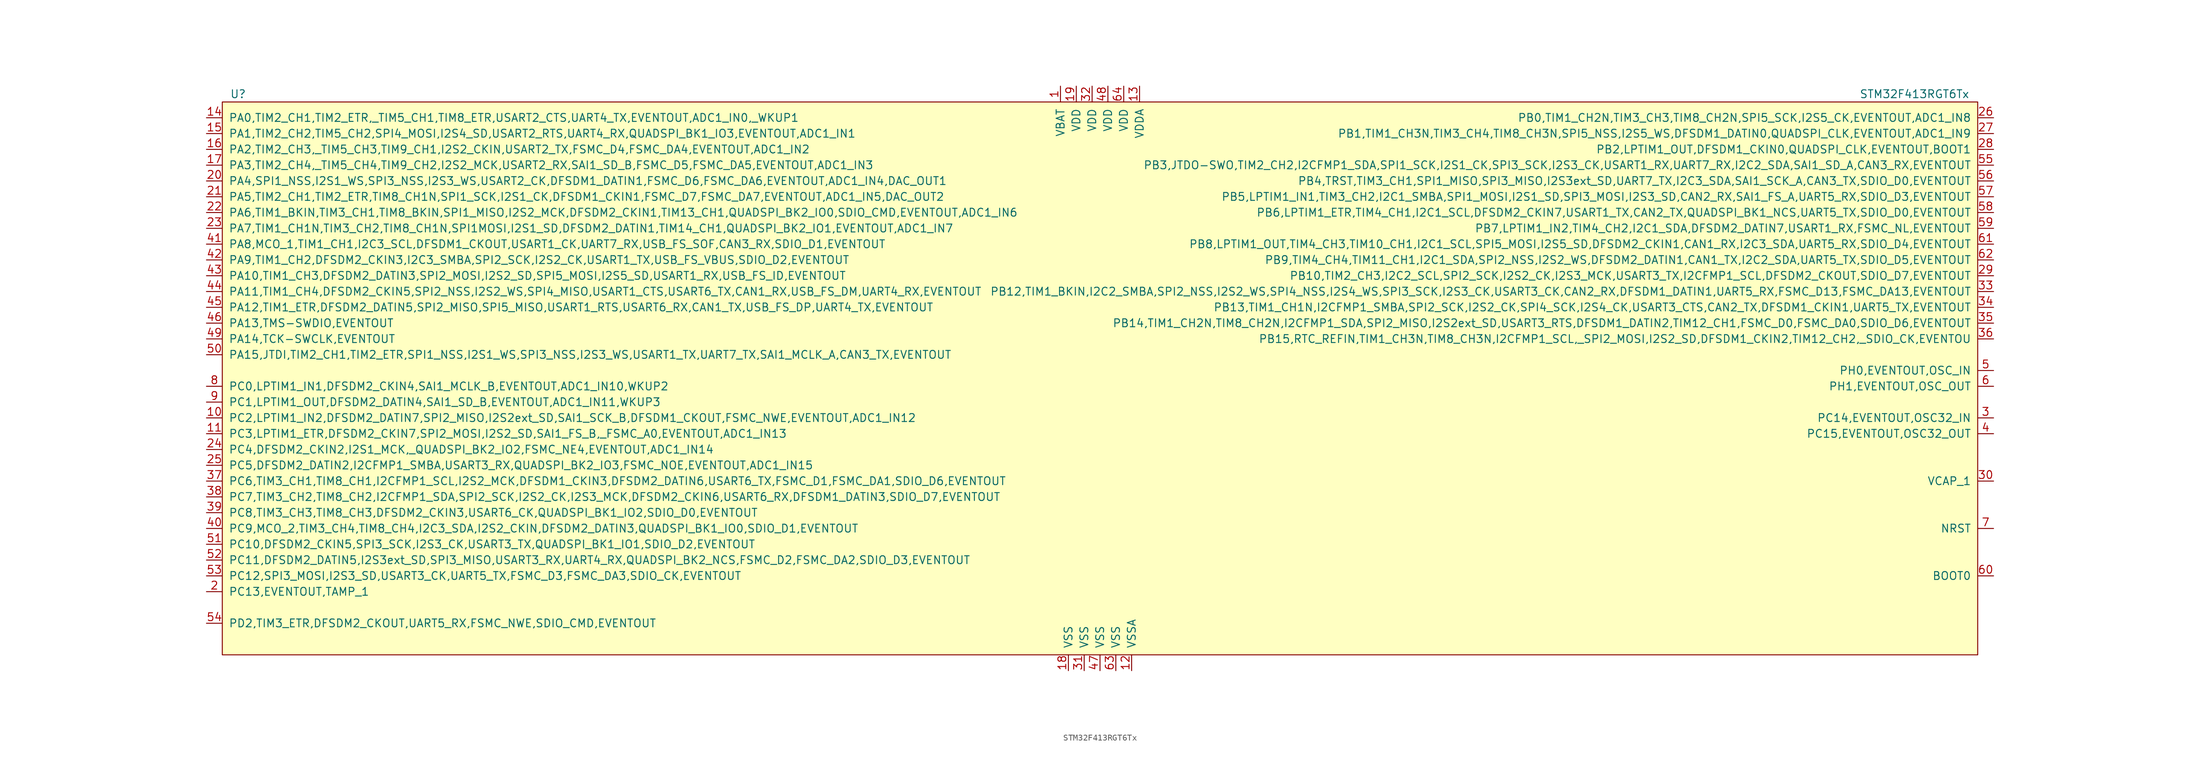
<source format=kicad_sym>
(kicad_symbol_lib
  (version 20211014)
  (generator kicad_symbol_editor)
  (symbol "STM32F413RGT6Tx"
    (pin_names
      (offset 1.016))
    (property "Reference" "U"
      (at -138.43 45.72 0)
      (effects (font (size 1.27 1.27))))
    (property "Value" "STM32F413RGT6Tx"
      (at 130.81 45.72 0)
      (effects (font (size 1.27 1.27))))
    (symbol "STM32F413RGT6Tx_0_1"
      (rectangle (start -140.97 44.45) (end 140.97 -44.45) (stroke (width 0) (type default) (color 0 0 0 0)) (fill (type background))))
    (symbol "STM32F413RGT6Tx_1_1"
      (pin power_in line (at -6.35 46.99 270) (length 2.54) (name "VBAT" (effects (font (size 1.27 1.27)))) (number "1" (effects (font (size 1.27 1.27)))))
      (pin bidirectional line (at -143.51 -6.35 0) (length 2.54) (name "PC2,LPTIM1_IN2,DFSDM2_DATIN7,SPI2_MISO,I2S2ext_SD,SAI1_SCK_B,DFSDM1_CKOUT,FSMC_NWE,EVENTOUT,ADC1_IN12" (effects (font (size 1.27 1.27)))) (number "10" (effects (font (size 1.27 1.27)))))
      (pin bidirectional line (at -143.51 -8.89 0) (length 2.54) (name "PC3,LPTIM1_ETR,DFSDM2_CKIN7,SPI2_MOSI,I2S2_SD,SAI1_FS_B,_FSMC_A0,EVENTOUT,ADC1_IN13" (effects (font (size 1.27 1.27)))) (number "11" (effects (font (size 1.27 1.27)))))
      (pin power_in line (at 5.08 -46.99 90) (length 2.54) (name "VSSA" (effects (font (size 1.27 1.27)))) (number "12" (effects (font (size 1.27 1.27)))))
      (pin passive line (at 6.35 46.99 270) (length 2.54) (name "VDDA" (effects (font (size 1.27 1.27)))) (number "13" (effects (font (size 1.27 1.27)))))
      (pin bidirectional line (at -143.51 41.91 0) (length 2.54) (name "PA0,TIM2_CH1,TIM2_ETR,_TIM5_CH1,TIM8_ETR,USART2_CTS,UART4_TX,EVENTOUT,ADC1_IN0,_WKUP1" (effects (font (size 1.27 1.27)))) (number "14" (effects (font (size 1.27 1.27)))))
      (pin bidirectional line (at -143.51 39.37 0) (length 2.54) (name "PA1,TIM2_CH2,TIM5_CH2,SPI4_MOSI,I2S4_SD,USART2_RTS,UART4_RX,QUADSPI_BK1_IO3,EVENTOUT,ADC1_IN1" (effects (font (size 1.27 1.27)))) (number "15" (effects (font (size 1.27 1.27)))))
      (pin bidirectional line (at -143.51 36.83 0) (length 2.54) (name "PA2,TIM2_CH3,_TIM5_CH3,TIM9_CH1,I2S2_CKIN,USART2_TX,FSMC_D4,FSMC_DA4,EVENTOUT,ADC1_IN2" (effects (font (size 1.27 1.27)))) (number "16" (effects (font (size 1.27 1.27)))))
      (pin bidirectional line (at -143.51 34.29 0) (length 2.54) (name "PA3,TIM2_CH4,_TIM5_CH4,TIM9_CH2,I2S2_MCK,USART2_RX,SAI1_SD_B,FSMC_D5,FSMC_DA5,EVENTOUT,ADC1_IN3" (effects (font (size 1.27 1.27)))) (number "17" (effects (font (size 1.27 1.27)))))
      (pin power_in line (at -5.08 -46.99 90) (length 2.54) (name "VSS" (effects (font (size 1.27 1.27)))) (number "18" (effects (font (size 1.27 1.27)))))
      (pin power_in line (at -3.81 46.99 270) (length 2.54) (name "VDD" (effects (font (size 1.27 1.27)))) (number "19" (effects (font (size 1.27 1.27)))))
      (pin bidirectional line (at -143.51 -34.29 0) (length 2.54) (name "PC13,EVENTOUT,TAMP_1" (effects (font (size 1.27 1.27)))) (number "2" (effects (font (size 1.27 1.27)))))
      (pin bidirectional line (at -143.51 31.75 0) (length 2.54) (name "PA4,SPI1_NSS,I2S1_WS,SPI3_NSS,I2S3_WS,USART2_CK,DFSDM1_DATIN1,FSMC_D6,FSMC_DA6,EVENTOUT,ADC1_IN4,DAC_OUT1" (effects (font (size 1.27 1.27)))) (number "20" (effects (font (size 1.27 1.27)))))
      (pin bidirectional line (at -143.51 29.21 0) (length 2.54) (name "PA5,TIM2_CH1,TIM2_ETR,TIM8_CH1N,SPI1_SCK,I2S1_CK,DFSDM1_CKIN1,FSMC_D7,FSMC_DA7,EVENTOUT,ADC1_IN5,DAC_OUT2" (effects (font (size 1.27 1.27)))) (number "21" (effects (font (size 1.27 1.27)))))
      (pin bidirectional line (at -143.51 26.67 0) (length 2.54) (name "PA6,TIM1_BKIN,TIM3_CH1,TIM8_BKIN,SPI1_MISO,I2S2_MCK,DFSDM2_CKIN1,TIM13_CH1,QUADSPI_BK2_IO0,SDIO_CMD,EVENTOUT,ADC1_IN6" (effects (font (size 1.27 1.27)))) (number "22" (effects (font (size 1.27 1.27)))))
      (pin bidirectional line (at -143.51 24.13 0) (length 2.54) (name "PA7,TIM1_CH1N,TIM3_CH2,TIM8_CH1N,SPI1MOSI,I2S1_SD,DFSDM2_DATIN1,TIM14_CH1,QUADSPI_BK2_IO1,EVENTOUT,ADC1_IN7" (effects (font (size 1.27 1.27)))) (number "23" (effects (font (size 1.27 1.27)))))
      (pin bidirectional line (at -143.51 -11.43 0) (length 2.54) (name "PC4,DFSDM2_CKIN2,I2S1_MCK,_QUADSPI_BK2_IO2,FSMC_NE4,EVENTOUT,ADC1_IN14" (effects (font (size 1.27 1.27)))) (number "24" (effects (font (size 1.27 1.27)))))
      (pin bidirectional line (at -143.51 -13.97 0) (length 2.54) (name "PC5,DFSDM2_DATIN2,I2CFMP1_SMBA,USART3_RX,QUADSPI_BK2_IO3,FSMC_NOE,EVENTOUT,ADC1_IN15" (effects (font (size 1.27 1.27)))) (number "25" (effects (font (size 1.27 1.27)))))
      (pin bidirectional line (at 143.51 41.91 180) (length 2.54) (name "PB0,TIM1_CH2N,TIM3_CH3,TIM8_CH2N,SPI5_SCK,I2S5_CK,EVENTOUT,ADC1_IN8" (effects (font (size 1.27 1.27)))) (number "26" (effects (font (size 1.27 1.27)))))
      (pin bidirectional line (at 143.51 39.37 180) (length 2.54) (name "PB1,TIM1_CH3N,TIM3_CH4,TIM8_CH3N,SPI5_NSS,I2S5_WS,DFSDM1_DATIN0,QUADSPI_CLK,EVENTOUT,ADC1_IN9" (effects (font (size 1.27 1.27)))) (number "27" (effects (font (size 1.27 1.27)))))
      (pin bidirectional line (at 143.51 36.83 180) (length 2.54) (name "PB2,LPTIM1_OUT,DFSDM1_CKIN0,QUADSPI_CLK,EVENTOUT,BOOT1" (effects (font (size 1.27 1.27)))) (number "28" (effects (font (size 1.27 1.27)))))
      (pin bidirectional line (at 143.51 16.51 180) (length 2.54) (name "PB10,TIM2_CH3,I2C2_SCL,SPI2_SCK,I2S2_CK,I2S3_MCK,USART3_TX,I2CFMP1_SCL,DFSDM2_CKOUT,SDIO_D7,EVENTOUT" (effects (font (size 1.27 1.27)))) (number "29" (effects (font (size 1.27 1.27)))))
      (pin bidirectional line (at 143.51 -6.35 180) (length 2.54) (name "PC14,EVENTOUT,OSC32_IN" (effects (font (size 1.27 1.27)))) (number "3" (effects (font (size 1.27 1.27)))))
      (pin passive line (at 143.51 -16.51 180) (length 2.54) (name "VCAP_1" (effects (font (size 1.27 1.27)))) (number "30" (effects (font (size 1.27 1.27)))))
      (pin power_in line (at -2.54 -46.99 90) (length 2.54) (name "VSS" (effects (font (size 1.27 1.27)))) (number "31" (effects (font (size 1.27 1.27)))))
      (pin power_in line (at -1.27 46.99 270) (length 2.54) (name "VDD" (effects (font (size 1.27 1.27)))) (number "32" (effects (font (size 1.27 1.27)))))
      (pin bidirectional line (at 143.51 13.97 180) (length 2.54) (name "PB12,TIM1_BKIN,I2C2_SMBA,SPI2_NSS,I2S2_WS,SPI4_NSS,I2S4_WS,SPI3_SCK,I2S3_CK,USART3_CK,CAN2_RX,DFSDM1_DATIN1,UART5_RX,FSMC_D13,FSMC_DA13,EVENTOUT" (effects (font (size 1.27 1.27)))) (number "33" (effects (font (size 1.27 1.27)))))
      (pin bidirectional line (at 143.51 11.43 180) (length 2.54) (name "PB13,TIM1_CH1N,I2CFMP1_SMBA,SPI2_SCK,I2S2_CK,SPI4_SCK,I2S4_CK,USART3_CTS,CAN2_TX,DFSDM1_CKIN1,UART5_TX,EVENTOUT" (effects (font (size 1.27 1.27)))) (number "34" (effects (font (size 1.27 1.27)))))
      (pin bidirectional line (at 143.51 8.89 180) (length 2.54) (name "PB14,TIM1_CH2N,TIM8_CH2N,I2CFMP1_SDA,SPI2_MISO,I2S2ext_SD,USART3_RTS,DFSDM1_DATIN2,TIM12_CH1,FSMC_D0,FSMC_DA0,SDIO_D6,EVENTOUT" (effects (font (size 1.27 1.27)))) (number "35" (effects (font (size 1.27 1.27)))))
      (pin bidirectional line (at 143.51 6.35 180) (length 2.54) (name "PB15,RTC_REFIN,TIM1_CH3N,TIM8_CH3N,I2CFMP1_SCL,_SPI2_MOSI,I2S2_SD,DFSDM1_CKIN2,TIM12_CH2,_SDIO_CK,EVENTOU" (effects (font (size 1.27 1.27)))) (number "36" (effects (font (size 1.27 1.27)))))
      (pin bidirectional line (at -143.51 -16.51 0) (length 2.54) (name "PC6,TIM3_CH1,TIM8_CH1,I2CFMP1_SCL,I2S2_MCK,DFSDM1_CKIN3,DFSDM2_DATIN6,USART6_TX,FSMC_D1,FSMC_DA1,SDIO_D6,EVENTOUT" (effects (font (size 1.27 1.27)))) (number "37" (effects (font (size 1.27 1.27)))))
      (pin bidirectional line (at -143.51 -19.05 0) (length 2.54) (name "PC7,TIM3_CH2,TIM8_CH2,I2CFMP1_SDA,SPI2_SCK,I2S2_CK,I2S3_MCK,DFSDM2_CKIN6,USART6_RX,DFSDM1_DATIN3,SDIO_D7,EVENTOUT" (effects (font (size 1.27 1.27)))) (number "38" (effects (font (size 1.27 1.27)))))
      (pin bidirectional line (at -143.51 -21.59 0) (length 2.54) (name "PC8,TIM3_CH3,TIM8_CH3,DFSDM2_CKIN3,USART6_CK,QUADSPI_BK1_IO2,SDIO_D0,EVENTOUT" (effects (font (size 1.27 1.27)))) (number "39" (effects (font (size 1.27 1.27)))))
      (pin bidirectional line (at 143.51 -8.89 180) (length 2.54) (name "PC15,EVENTOUT,OSC32_OUT" (effects (font (size 1.27 1.27)))) (number "4" (effects (font (size 1.27 1.27)))))
      (pin bidirectional line (at -143.51 -24.13 0) (length 2.54) (name "PC9,MCO_2,TIM3_CH4,TIM8_CH4,I2C3_SDA,I2S2_CKIN,DFSDM2_DATIN3,QUADSPI_BK1_IO0,SDIO_D1,EVENTOUT" (effects (font (size 1.27 1.27)))) (number "40" (effects (font (size 1.27 1.27)))))
      (pin bidirectional line (at -143.51 21.59 0) (length 2.54) (name "PA8,MCO_1,TIM1_CH1,I2C3_SCL,DFSDM1_CKOUT,USART1_CK,UART7_RX,USB_FS_SOF,CAN3_RX,SDIO_D1,EVENTOUT" (effects (font (size 1.27 1.27)))) (number "41" (effects (font (size 1.27 1.27)))))
      (pin bidirectional line (at -143.51 19.05 0) (length 2.54) (name "PA9,TIM1_CH2,DFSDM2_CKIN3,I2C3_SMBA,SPI2_SCK,I2S2_CK,USART1_TX,USB_FS_VBUS,SDIO_D2,EVENTOUT" (effects (font (size 1.27 1.27)))) (number "42" (effects (font (size 1.27 1.27)))))
      (pin bidirectional line (at -143.51 16.51 0) (length 2.54) (name "PA10,TIM1_CH3,DFSDM2_DATIN3,SPI2_MOSI,I2S2_SD,SPI5_MOSI,I2S5_SD,USART1_RX,USB_FS_ID,EVENTOUT" (effects (font (size 1.27 1.27)))) (number "43" (effects (font (size 1.27 1.27)))))
      (pin bidirectional line (at -143.51 13.97 0) (length 2.54) (name "PA11,TIM1_CH4,DFSDM2_CKIN5,SPI2_NSS,I2S2_WS,SPI4_MISO,USART1_CTS,USART6_TX,CAN1_RX,USB_FS_DM,UART4_RX,EVENTOUT" (effects (font (size 1.27 1.27)))) (number "44" (effects (font (size 1.27 1.27)))))
      (pin bidirectional line (at -143.51 11.43 0) (length 2.54) (name "PA12,TIM1_ETR,DFSDM2_DATIN5,SPI2_MISO,SPI5_MISO,USART1_RTS,USART6_RX,CAN1_TX,USB_FS_DP,UART4_TX,EVENTOUT" (effects (font (size 1.27 1.27)))) (number "45" (effects (font (size 1.27 1.27)))))
      (pin bidirectional line (at -143.51 8.89 0) (length 2.54) (name "PA13,TMS-SWDIO,EVENTOUT" (effects (font (size 1.27 1.27)))) (number "46" (effects (font (size 1.27 1.27)))))
      (pin power_in line (at 0 -46.99 90) (length 2.54) (name "VSS" (effects (font (size 1.27 1.27)))) (number "47" (effects (font (size 1.27 1.27)))))
      (pin power_in line (at 1.27 46.99 270) (length 2.54) (name "VDD" (effects (font (size 1.27 1.27)))) (number "48" (effects (font (size 1.27 1.27)))))
      (pin bidirectional line (at -143.51 6.35 0) (length 2.54) (name "PA14,TCK-SWCLK,EVENTOUT" (effects (font (size 1.27 1.27)))) (number "49" (effects (font (size 1.27 1.27)))))
      (pin input line (at 143.51 1.27 180) (length 2.54) (name "PH0,EVENTOUT,OSC_IN" (effects (font (size 1.27 1.27)))) (number "5" (effects (font (size 1.27 1.27)))))
      (pin bidirectional line (at -143.51 3.81 0) (length 2.54) (name "PA15,JTDI,TIM2_CH1,TIM2_ETR,SPI1_NSS,I2S1_WS,SPI3_NSS,I2S3_WS,USART1_TX,UART7_TX,SAI1_MCLK_A,CAN3_TX,EVENTOUT" (effects (font (size 1.27 1.27)))) (number "50" (effects (font (size 1.27 1.27)))))
      (pin bidirectional line (at -143.51 -26.67 0) (length 2.54) (name "PC10,DFSDM2_CKIN5,SPI3_SCK,I2S3_CK,USART3_TX,QUADSPI_BK1_IO1,SDIO_D2,EVENTOUT" (effects (font (size 1.27 1.27)))) (number "51" (effects (font (size 1.27 1.27)))))
      (pin bidirectional line (at -143.51 -29.21 0) (length 2.54) (name "PC11,DFSDM2_DATIN5,I2S3ext_SD,SPI3_MISO,USART3_RX,UART4_RX,QUADSPI_BK2_NCS,FSMC_D2,FSMC_DA2,SDIO_D3,EVENTOUT" (effects (font (size 1.27 1.27)))) (number "52" (effects (font (size 1.27 1.27)))))
      (pin bidirectional line (at -143.51 -31.75 0) (length 2.54) (name "PC12,SPI3_MOSI,I2S3_SD,USART3_CK,UART5_TX,FSMC_D3,FSMC_DA3,SDIO_CK,EVENTOUT" (effects (font (size 1.27 1.27)))) (number "53" (effects (font (size 1.27 1.27)))))
      (pin bidirectional line (at -143.51 -39.37 0) (length 2.54) (name "PD2,TIM3_ETR,DFSDM2_CKOUT,UART5_RX,FSMC_NWE,SDIO_CMD,EVENTOUT" (effects (font (size 1.27 1.27)))) (number "54" (effects (font (size 1.27 1.27)))))
      (pin bidirectional line (at 143.51 34.29 180) (length 2.54) (name "PB3,JTDO-SWO,TIM2_CH2,I2CFMP1_SDA,SPI1_SCK,I2S1_CK,SPI3_SCK,I2S3_CK,USART1_RX,UART7_RX,I2C2_SDA,SAI1_SD_A,CAN3_RX,EVENTOUT" (effects (font (size 1.27 1.27)))) (number "55" (effects (font (size 1.27 1.27)))))
      (pin bidirectional line (at 143.51 31.75 180) (length 2.54) (name "PB4,TRST,TIM3_CH1,SPI1_MISO,SPI3_MISO,I2S3ext_SD,UART7_TX,I2C3_SDA,SAI1_SCK_A,CAN3_TX,SDIO_D0,EVENTOUT" (effects (font (size 1.27 1.27)))) (number "56" (effects (font (size 1.27 1.27)))))
      (pin bidirectional line (at 143.51 29.21 180) (length 2.54) (name "PB5,LPTIM1_IN1,TIM3_CH2,I2C1_SMBA,SPI1_MOSI,I2S1_SD,SPI3_MOSI,I2S3_SD,CAN2_RX,SAI1_FS_A,UART5_RX,SDIO_D3,EVENTOUT" (effects (font (size 1.27 1.27)))) (number "57" (effects (font (size 1.27 1.27)))))
      (pin bidirectional line (at 143.51 26.67 180) (length 2.54) (name "PB6,LPTIM1_ETR,TIM4_CH1,I2C1_SCL,DFSDM2_CKIN7,USART1_TX,CAN2_TX,QUADSPI_BK1_NCS,UART5_TX,SDIO_D0,EVENTOUT" (effects (font (size 1.27 1.27)))) (number "58" (effects (font (size 1.27 1.27)))))
      (pin bidirectional line (at 143.51 24.13 180) (length 2.54) (name "PB7,LPTIM1_IN2,TIM4_CH2,I2C1_SDA,DFSDM2_DATIN7,USART1_RX,FSMC_NL,EVENTOUT" (effects (font (size 1.27 1.27)))) (number "59" (effects (font (size 1.27 1.27)))))
      (pin input line (at 143.51 -1.27 180) (length 2.54) (name "PH1,EVENTOUT,OSC_OUT" (effects (font (size 1.27 1.27)))) (number "6" (effects (font (size 1.27 1.27)))))
      (pin input line (at 143.51 -31.75 180) (length 2.54) (name "BOOT0" (effects (font (size 1.27 1.27)))) (number "60" (effects (font (size 1.27 1.27)))))
      (pin bidirectional line (at 143.51 21.59 180) (length 2.54) (name "PB8,LPTIM1_OUT,TIM4_CH3,TIM10_CH1,I2C1_SCL,SPI5_MOSI,I2S5_SD,DFSDM2_CKIN1,CAN1_RX,I2C3_SDA,UART5_RX,SDIO_D4,EVENTOUT" (effects (font (size 1.27 1.27)))) (number "61" (effects (font (size 1.27 1.27)))))
      (pin bidirectional line (at 143.51 19.05 180) (length 2.54) (name "PB9,TIM4_CH4,TIM11_CH1,I2C1_SDA,SPI2_NSS,I2S2_WS,DFSDM2_DATIN1,CAN1_TX,I2C2_SDA,UART5_TX,SDIO_D5,EVENTOUT" (effects (font (size 1.27 1.27)))) (number "62" (effects (font (size 1.27 1.27)))))
      (pin power_in line (at 2.54 -46.99 90) (length 2.54) (name "VSS" (effects (font (size 1.27 1.27)))) (number "63" (effects (font (size 1.27 1.27)))))
      (pin power_in line (at 3.81 46.99 270) (length 2.54) (name "VDD" (effects (font (size 1.27 1.27)))) (number "64" (effects (font (size 1.27 1.27)))))
      (pin input line (at 143.51 -24.13 180) (length 2.54) (name "NRST" (effects (font (size 1.27 1.27)))) (number "7" (effects (font (size 1.27 1.27)))))
      (pin bidirectional line (at -143.51 -1.27 0) (length 2.54) (name "PC0,LPTIM1_IN1,DFSDM2_CKIN4,SAI1_MCLK_B,EVENTOUT,ADC1_IN10,WKUP2" (effects (font (size 1.27 1.27)))) (number "8" (effects (font (size 1.27 1.27)))))
      (pin bidirectional line (at -143.51 -3.81 0) (length 2.54) (name "PC1,LPTIM1_OUT,DFSDM2_DATIN4,SAI1_SD_B,EVENTOUT,ADC1_IN11,WKUP3" (effects (font (size 1.27 1.27)))) (number "9" (effects (font (size 1.27 1.27))))))))
</source>
